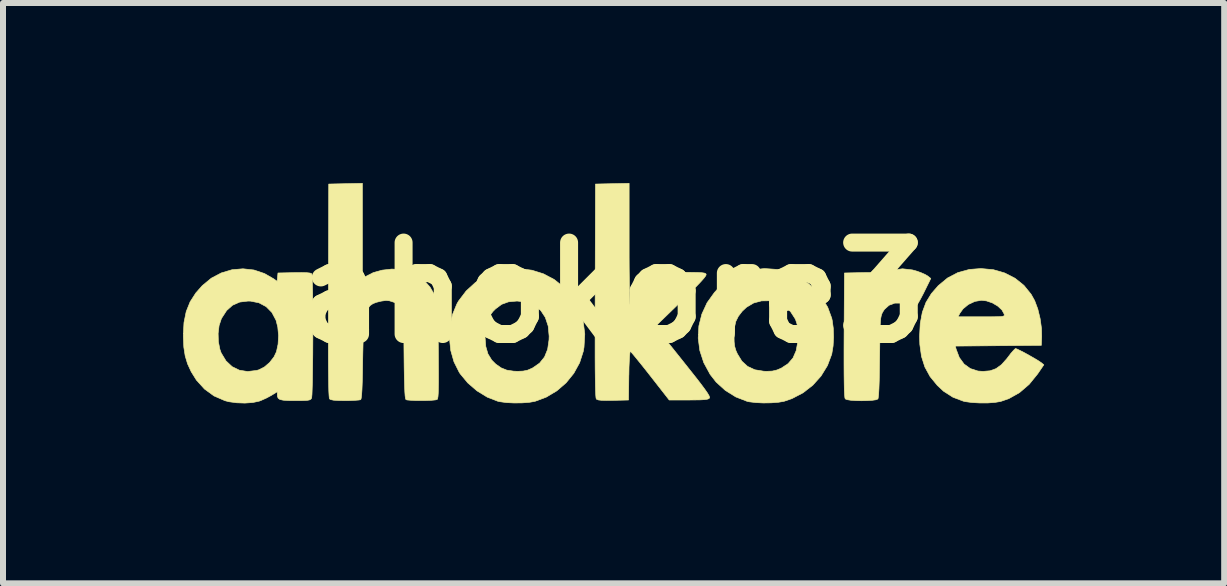
<source format=kicad_pcb>
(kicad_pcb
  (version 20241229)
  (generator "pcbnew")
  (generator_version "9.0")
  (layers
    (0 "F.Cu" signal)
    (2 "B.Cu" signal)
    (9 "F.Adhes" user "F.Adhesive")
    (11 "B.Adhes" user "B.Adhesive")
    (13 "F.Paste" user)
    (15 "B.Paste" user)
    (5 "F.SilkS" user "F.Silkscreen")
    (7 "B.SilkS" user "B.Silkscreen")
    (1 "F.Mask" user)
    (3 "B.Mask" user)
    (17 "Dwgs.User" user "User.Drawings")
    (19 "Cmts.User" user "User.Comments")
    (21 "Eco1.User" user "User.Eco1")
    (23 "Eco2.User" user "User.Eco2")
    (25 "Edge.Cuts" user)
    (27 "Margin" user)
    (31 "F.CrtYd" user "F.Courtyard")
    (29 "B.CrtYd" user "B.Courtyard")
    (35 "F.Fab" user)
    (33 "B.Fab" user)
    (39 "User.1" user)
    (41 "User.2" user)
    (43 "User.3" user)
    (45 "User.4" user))
  (footprint "ahokore3"
    (layer "F.Cu")
    (at 7.159 1.827)
    (property "Reference" "ahokore3" (at 0 0 0) (layer "F.SilkS") (effects (font (size 1.524 1.524) (thickness 0.3))))
    (attr through_hole)
    (fp_poly (pts (xy 4.995 -0.379) (xy 5.054 -0.363) (xy 5.135 -0.335) (xy 5.206 -0.304) (xy 5.252 -0.277) (xy 5.252 -0.277) (xy 5.302 -0.236) (xy 5.181 0.009) (xy 5.133 0.101) (xy 5.09 0.177) (xy 5.055 0.23) (xy 5.034 0.254) (xy 5.032 0.254) (xy 4.997 0.245) (xy 4.943 0.222) (xy 4.921 0.212) (xy 4.81 0.174) (xy 4.702 0.174) (xy 4.606 0.21) (xy 4.529 0.279) (xy 4.496 0.331) (xy 4.485 0.357) (xy 4.476 0.387) (xy 4.468 0.427) (xy 4.463 0.481) (xy 4.458 0.553) (xy 4.455 0.65) (xy 4.453 0.776) (xy 4.451 0.935) (xy 4.449 1.079) (xy 4.446 1.29) (xy 4.443 1.465) (xy 4.438 1.601) (xy 4.432 1.699) (xy 4.425 1.757) (xy 4.42 1.772) (xy 4.388 1.785) (xy 4.325 1.794) (xy 4.241 1.799) (xy 4.146 1.801) (xy 4.052 1.799) (xy 3.968 1.793) (xy 3.906 1.783) (xy 3.876 1.77) (xy 3.87 1.749) (xy 3.865 1.7) (xy 3.861 1.621) (xy 3.859 1.51) (xy 3.857 1.365) (xy 3.856 1.183) (xy 3.856 0.963) (xy 3.857 0.707) (xy 3.863 -0.328) (xy 4.142 -0.334) (xy 4.255 -0.336) (xy 4.334 -0.336) (xy 4.384 -0.332) (xy 4.413 -0.325) (xy 4.427 -0.313) (xy 4.434 -0.298) (xy 4.444 -0.276) (xy 4.461 -0.272) (xy 4.494 -0.287) (xy 4.547 -0.319) (xy 4.682 -0.378) (xy 4.831 -0.398) (xy 4.995 -0.379)) (stroke (width 0.01) (type solid)) (fill yes) (layer "F.SilkS"))
    (fp_poly (pts (xy -1.344 -0.374) (xy -1.153 -0.314) (xy -0.973 -0.219) (xy -0.809 -0.088) (xy -0.8 -0.079) (xy -0.66 0.088) (xy -0.557 0.275) (xy -0.491 0.476) (xy -0.464 0.689) (xy -0.477 0.909) (xy -0.489 0.978) (xy -0.55 1.168) (xy -0.647 1.344) (xy -0.775 1.502) (xy -0.93 1.636) (xy -1.106 1.741) (xy -1.294 1.811) (xy -1.39 1.828) (xy -1.512 1.837) (xy -1.644 1.838) (xy -1.771 1.832) (xy -1.878 1.817) (xy -1.912 1.81) (xy -2.09 1.741) (xy -2.261 1.636) (xy -2.414 1.504) (xy -2.541 1.351) (xy -2.559 1.322) (xy -2.644 1.152) (xy -2.698 0.962) (xy -2.719 0.762) (xy -2.718 0.726) (xy -2.126 0.726) (xy -2.126 0.742) (xy -2.114 0.896) (xy -2.078 1.02) (xy -2.015 1.123) (xy -1.948 1.19) (xy -1.858 1.253) (xy -1.764 1.291) (xy -1.651 1.308) (xy -1.585 1.311) (xy -1.492 1.307) (xy -1.418 1.292) (xy -1.342 1.259) (xy -1.331 1.253) (xy -1.217 1.174) (xy -1.135 1.072) (xy -1.083 0.944) (xy -1.06 0.787) (xy -1.058 0.726) (xy -1.074 0.556) (xy -1.122 0.412) (xy -1.198 0.297) (xy -1.303 0.212) (xy -1.433 0.159) (xy -1.588 0.14) (xy -1.598 0.14) (xy -1.736 0.153) (xy -1.849 0.194) (xy -1.95 0.269) (xy -1.994 0.313) (xy -2.057 0.396) (xy -2.097 0.485) (xy -2.119 0.591) (xy -2.126 0.726) (xy -2.718 0.726) (xy -2.71 0.56) (xy -2.669 0.366) (xy -2.596 0.189) (xy -2.569 0.141) (xy -2.441 -0.028) (xy -2.289 -0.167) (xy -2.118 -0.274) (xy -1.933 -0.348) (xy -1.739 -0.391) (xy -1.541 -0.399) (xy -1.344 -0.374)) (stroke (width 0.01) (type solid)) (fill yes) (layer "F.SilkS"))
    (fp_poly (pts (xy 2.746 -0.387) (xy 2.834 -0.37) (xy 3.021 -0.305) (xy 3.195 -0.206) (xy 3.35 -0.078) (xy 3.482 0.074) (xy 3.584 0.243) (xy 3.651 0.425) (xy 3.659 0.461) (xy 3.677 0.592) (xy 3.682 0.741) (xy 3.674 0.888) (xy 3.653 1.015) (xy 3.651 1.026) (xy 3.58 1.215) (xy 3.473 1.389) (xy 3.336 1.542) (xy 3.173 1.669) (xy 2.989 1.765) (xy 2.855 1.811) (xy 2.761 1.827) (xy 2.641 1.836) (xy 2.511 1.838) (xy 2.385 1.832) (xy 2.279 1.819) (xy 2.241 1.811) (xy 2.053 1.738) (xy 1.878 1.629) (xy 1.725 1.49) (xy 1.625 1.362) (xy 1.519 1.167) (xy 1.453 0.965) (xy 1.426 0.759) (xy 1.428 0.72) (xy 2.023 0.72) (xy 2.025 0.82) (xy 2.034 0.895) (xy 2.053 0.961) (xy 2.078 1.018) (xy 2.153 1.141) (xy 2.249 1.229) (xy 2.37 1.285) (xy 2.518 1.309) (xy 2.562 1.311) (xy 2.66 1.307) (xy 2.74 1.288) (xy 2.812 1.257) (xy 2.924 1.183) (xy 3.006 1.088) (xy 3.059 0.966) (xy 3.086 0.815) (xy 3.09 0.712) (xy 3.087 0.607) (xy 3.074 0.527) (xy 3.051 0.456) (xy 3.041 0.434) (xy 2.964 0.315) (xy 2.862 0.225) (xy 2.743 0.164) (xy 2.613 0.135) (xy 2.48 0.137) (xy 2.35 0.172) (xy 2.232 0.242) (xy 2.16 0.309) (xy 2.095 0.394) (xy 2.053 0.479) (xy 2.031 0.576) (xy 2.023 0.701) (xy 2.023 0.72) (xy 1.428 0.72) (xy 1.437 0.555) (xy 1.487 0.357) (xy 1.574 0.168) (xy 1.698 -0.005) (xy 1.755 -0.066) (xy 1.925 -0.207) (xy 2.113 -0.312) (xy 2.314 -0.377) (xy 2.527 -0.402) (xy 2.746 -0.387)) (stroke (width 0.01) (type solid)) (fill yes) (layer "F.SilkS"))
    (fp_poly (pts (xy 0.275 -0.805) (xy 0.275 -0.602) (xy 0.276 -0.413) (xy 0.278 -0.241) (xy 0.28 -0.091) (xy 0.282 0.034) (xy 0.285 0.128) (xy 0.288 0.189) (xy 0.291 0.212) (xy 0.291 0.212) (xy 0.311 0.197) (xy 0.355 0.158) (xy 0.419 0.097) (xy 0.497 0.021) (xy 0.582 -0.064) (xy 0.857 -0.339) (xy 1.202 -0.339) (xy 1.332 -0.338) (xy 1.426 -0.336) (xy 1.49 -0.332) (xy 1.53 -0.326) (xy 1.551 -0.317) (xy 1.559 -0.305) (xy 1.553 -0.284) (xy 1.524 -0.244) (xy 1.471 -0.184) (xy 1.391 -0.1) (xy 1.283 0.008) (xy 1.146 0.142) (xy 1.141 0.147) (xy 0.71 0.564) (xy 1.173 1.143) (xy 1.3 1.303) (xy 1.403 1.433) (xy 1.482 1.536) (xy 1.541 1.616) (xy 1.582 1.675) (xy 1.606 1.716) (xy 1.616 1.742) (xy 1.615 1.755) (xy 1.6 1.768) (xy 1.573 1.777) (xy 1.526 1.783) (xy 1.452 1.787) (xy 1.346 1.788) (xy 1.268 1.789) (xy 0.943 1.789) (xy 0.628 1.386) (xy 0.54 1.274) (xy 0.459 1.173) (xy 0.39 1.088) (xy 0.338 1.025) (xy 0.304 0.986) (xy 0.295 0.977) (xy 0.289 0.995) (xy 0.283 1.049) (xy 0.278 1.133) (xy 0.273 1.24) (xy 0.271 1.364) (xy 0.27 1.38) (xy 0.265 1.789) (xy 0.008 1.795) (xy -0.107 1.796) (xy -0.187 1.794) (xy -0.238 1.788) (xy -0.266 1.777) (xy -0.272 1.771) (xy -0.277 1.754) (xy -0.281 1.712) (xy -0.284 1.645) (xy -0.287 1.55) (xy -0.289 1.426) (xy -0.291 1.27) (xy -0.292 1.081) (xy -0.292 0.857) (xy -0.292 0.596) (xy -0.292 0.297) (xy -0.291 -0.034) (xy -0.286 -1.81) (xy -0.005 -1.816) (xy 0.275 -1.822) (xy 0.275 -0.805)) (stroke (width 0.01) (type solid)) (fill yes) (layer "F.SilkS"))
    (fp_poly (pts (xy 6.344 -0.383) (xy 6.534 -0.328) (xy 6.706 -0.24) (xy 6.854 -0.121) (xy 6.974 0.027) (xy 7.033 0.133) (xy 7.085 0.272) (xy 7.124 0.433) (xy 7.147 0.598) (xy 7.15 0.731) (xy 7.144 0.878) (xy 6.427 0.884) (xy 5.711 0.89) (xy 5.724 0.941) (xy 5.777 1.081) (xy 5.857 1.19) (xy 5.961 1.265) (xy 6.088 1.306) (xy 6.173 1.312) (xy 6.29 1.302) (xy 6.389 1.266) (xy 6.48 1.2) (xy 6.57 1.099) (xy 6.586 1.078) (xy 6.637 1.011) (xy 6.681 0.961) (xy 6.709 0.934) (xy 6.715 0.931) (xy 6.743 0.941) (xy 6.798 0.968) (xy 6.87 1.005) (xy 6.949 1.049) (xy 7.026 1.093) (xy 7.091 1.132) (xy 7.134 1.161) (xy 7.138 1.163) (xy 7.186 1.202) (xy 7.083 1.353) (xy 6.941 1.528) (xy 6.78 1.666) (xy 6.602 1.766) (xy 6.466 1.813) (xy 6.371 1.829) (xy 6.25 1.838) (xy 6.117 1.838) (xy 5.989 1.831) (xy 5.879 1.816) (xy 5.844 1.808) (xy 5.67 1.742) (xy 5.514 1.642) (xy 5.411 1.546) (xy 5.29 1.398) (xy 5.203 1.239) (xy 5.147 1.063) (xy 5.119 0.862) (xy 5.115 0.73) (xy 5.126 0.513) (xy 5.147 0.402) (xy 5.756 0.402) (xy 6.146 0.402) (xy 6.284 0.402) (xy 6.384 0.401) (xy 6.453 0.399) (xy 6.496 0.395) (xy 6.519 0.388) (xy 6.527 0.378) (xy 6.526 0.364) (xy 6.525 0.357) (xy 6.487 0.288) (xy 6.418 0.224) (xy 6.329 0.171) (xy 6.229 0.137) (xy 6.145 0.127) (xy 6.036 0.146) (xy 5.929 0.196) (xy 5.84 0.269) (xy 5.788 0.341) (xy 5.756 0.402) (xy 5.147 0.402) (xy 5.161 0.326) (xy 5.222 0.162) (xy 5.312 0.015) (xy 5.427 -0.117) (xy 5.582 -0.245) (xy 5.754 -0.335) (xy 5.944 -0.387) (xy 6.138 -0.402) (xy 6.344 -0.383)) (stroke (width 0.01) (type solid)) (fill yes) (layer "F.SilkS"))
    (fp_poly (pts (xy -5.978 -0.378) (xy -5.802 -0.319) (xy -5.652 -0.233) (xy -5.591 -0.19) (xy -5.584 -0.259) (xy -5.577 -0.328) (xy -5.304 -0.334) (xy -5.182 -0.335) (xy -5.097 -0.333) (xy -5.044 -0.327) (xy -5.017 -0.317) (xy -5.013 -0.313) (xy -5.009 -0.285) (xy -5.005 -0.22) (xy -5.002 -0.123) (xy -4.999 0.001) (xy -4.997 0.147) (xy -4.996 0.31) (xy -4.996 0.485) (xy -4.995 0.667) (xy -4.996 0.85) (xy -4.997 1.029) (xy -4.999 1.2) (xy -5.001 1.357) (xy -5.003 1.495) (xy -5.007 1.61) (xy -5.01 1.695) (xy -5.015 1.746) (xy -5.017 1.758) (xy -5.03 1.776) (xy -5.053 1.788) (xy -5.092 1.795) (xy -5.156 1.798) (xy -5.252 1.799) (xy -5.288 1.799) (xy -5.407 1.798) (xy -5.49 1.792) (xy -5.544 1.78) (xy -5.573 1.76) (xy -5.586 1.729) (xy -5.588 1.7) (xy -5.588 1.651) (xy -5.689 1.713) (xy -5.769 1.756) (xy -5.856 1.795) (xy -5.89 1.808) (xy -5.998 1.831) (xy -6.129 1.84) (xy -6.268 1.835) (xy -6.397 1.817) (xy -6.461 1.8) (xy -6.643 1.721) (xy -6.801 1.606) (xy -6.936 1.457) (xy -7.023 1.317) (xy -7.083 1.187) (xy -7.123 1.055) (xy -7.146 0.908) (xy -7.154 0.734) (xy -7.154 0.707) (xy -7.153 0.679) (xy -6.574 0.679) (xy -6.57 0.816) (xy -6.545 0.943) (xy -6.523 1.005) (xy -6.443 1.137) (xy -6.341 1.233) (xy -6.22 1.292) (xy -6.083 1.314) (xy -5.932 1.296) (xy -5.897 1.286) (xy -5.805 1.24) (xy -5.716 1.164) (xy -5.643 1.07) (xy -5.602 0.984) (xy -5.575 0.859) (xy -5.567 0.716) (xy -5.58 0.574) (xy -5.609 0.46) (xy -5.678 0.33) (xy -5.774 0.233) (xy -5.894 0.169) (xy -6.034 0.141) (xy -6.075 0.14) (xy -6.215 0.157) (xy -6.333 0.209) (xy -6.432 0.297) (xy -6.514 0.423) (xy -6.522 0.439) (xy -6.558 0.548) (xy -6.574 0.679) (xy -7.153 0.679) (xy -7.143 0.497) (xy -7.106 0.315) (xy -7.041 0.153) (xy -6.946 0.005) (xy -6.838 -0.117) (xy -6.688 -0.241) (xy -6.521 -0.329) (xy -6.343 -0.382) (xy -6.16 -0.398) (xy -5.978 -0.378)) (stroke (width 0.01) (type solid)) (fill yes) (layer "F.SilkS"))
    (fp_poly (pts (xy -4.17 -0.23) (xy -4.112 -0.271) (xy -3.989 -0.334) (xy -3.842 -0.375) (xy -3.682 -0.393) (xy -3.522 -0.386) (xy -3.373 -0.353) (xy -3.367 -0.351) (xy -3.251 -0.292) (xy -3.139 -0.202) (xy -3.042 -0.091) (xy -2.971 0.03) (xy -2.961 0.053) (xy -2.948 0.087) (xy -2.938 0.12) (xy -2.929 0.156) (xy -2.923 0.201) (xy -2.918 0.258) (xy -2.914 0.334) (xy -2.911 0.431) (xy -2.909 0.555) (xy -2.907 0.711) (xy -2.905 0.903) (xy -2.904 0.972) (xy -2.903 1.183) (xy -2.902 1.355) (xy -2.902 1.493) (xy -2.904 1.599) (xy -2.906 1.677) (xy -2.91 1.73) (xy -2.916 1.763) (xy -2.923 1.779) (xy -2.925 1.781) (xy -2.958 1.788) (xy -3.022 1.794) (xy -3.106 1.797) (xy -3.2 1.798) (xy -3.292 1.797) (xy -3.37 1.793) (xy -3.426 1.788) (xy -3.444 1.782) (xy -3.451 1.765) (xy -3.458 1.722) (xy -3.463 1.651) (xy -3.467 1.548) (xy -3.471 1.411) (xy -3.474 1.236) (xy -3.476 1.058) (xy -3.478 0.848) (xy -3.48 0.676) (xy -3.484 0.538) (xy -3.491 0.429) (xy -3.5 0.347) (xy -3.514 0.285) (xy -3.532 0.241) (xy -3.556 0.209) (xy -3.587 0.186) (xy -3.624 0.168) (xy -3.656 0.156) (xy -3.721 0.135) (xy -3.778 0.13) (xy -3.849 0.14) (xy -3.869 0.144) (xy -3.937 0.161) (xy -3.994 0.183) (xy -4.04 0.214) (xy -4.076 0.258) (xy -4.104 0.319) (xy -4.126 0.401) (xy -4.141 0.507) (xy -4.151 0.642) (xy -4.158 0.81) (xy -4.163 1.015) (xy -4.165 1.122) (xy -4.168 1.326) (xy -4.172 1.49) (xy -4.177 1.616) (xy -4.183 1.705) (xy -4.19 1.76) (xy -4.198 1.783) (xy -4.198 1.783) (xy -4.228 1.789) (xy -4.291 1.794) (xy -4.377 1.798) (xy -4.458 1.799) (xy -4.573 1.797) (xy -4.651 1.792) (xy -4.698 1.782) (xy -4.718 1.77) (xy -4.722 1.752) (xy -4.726 1.707) (xy -4.73 1.634) (xy -4.732 1.532) (xy -4.734 1.399) (xy -4.736 1.232) (xy -4.737 1.031) (xy -4.737 0.794) (xy -4.737 0.519) (xy -4.737 0.204) (xy -4.736 -0.034) (xy -4.731 -1.81) (xy -4.45 -1.816) (xy -4.17 -1.822) (xy -4.17 -0.23)) (stroke (width 0.01) (type solid)) (fill yes) (layer "F.SilkS")))
  (gr_rect
    (start -3 -3)
    (end 17.35 6.671)
    (stroke (width 0.1) (type default))
    (fill no)
    (layer "Edge.Cuts")))
</source>
